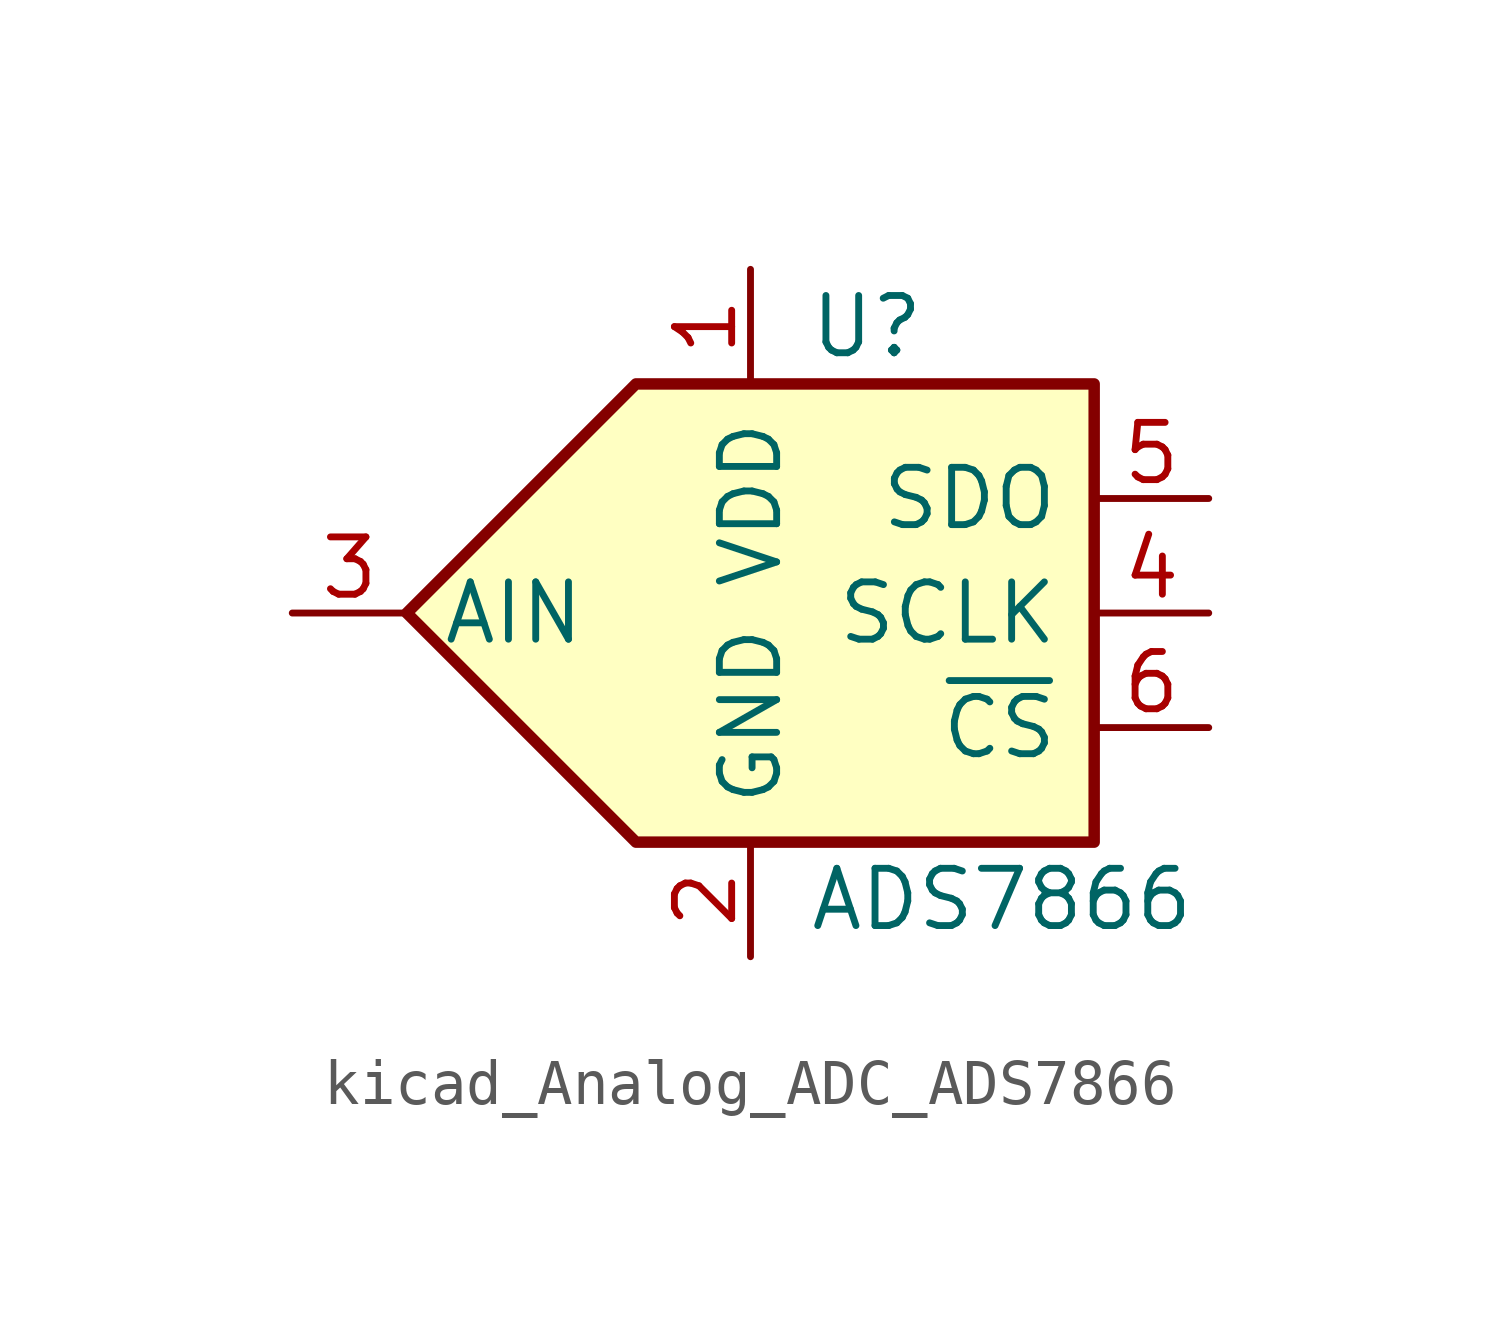
<source format=kicad_sym>
(kicad_symbol_lib
  (version 20220914)
  (generator kicad_symbol_editor)
  (symbol "kicad_Analog_ADC_ADS7866"
    (pin_names
      (offset 0.762))
    (property "Reference" "U"
      (at 1.27 6.35 0)
      (effects (font (size 1.27 1.27)) (justify left)))
    (property "Value" "ADS7866"
      (at 1.27 -6.35 0)
      (effects (font (size 1.27 1.27)) (justify left)))
    (symbol "kicad_Analog_ADC_ADS7866_0_1"
      (polyline (pts (xy -2.54 5.08) (xy 7.62 5.08) (xy 7.62 -5.08) (xy -2.54 -5.08) (xy -7.62 0) (xy -2.54 5.08)) (stroke (width 0.254) (type default)) (fill (type background))))
    (symbol "kicad_Analog_ADC_ADS7866_1_1"
      (pin power_in line (at 0 7.62 270) (length 2.54) (name "VDD" (effects (font (size 1.27 1.27)))) (number "1" (effects (font (size 1.27 1.27)))))
      (pin power_in line (at 0 -7.62 90) (length 2.54) (name "GND" (effects (font (size 1.27 1.27)))) (number "2" (effects (font (size 1.27 1.27)))))
      (pin input line (at -10.16 0 0) (length 2.54) (name "AIN" (effects (font (size 1.27 1.27)))) (number "3" (effects (font (size 1.27 1.27)))))
      (pin input line (at 10.16 0 180) (length 2.54) (name "SCLK" (effects (font (size 1.27 1.27)))) (number "4" (effects (font (size 1.27 1.27)))))
      (pin tri_state line (at 10.16 2.54 180) (length 2.54) (name "SDO" (effects (font (size 1.27 1.27)))) (number "5" (effects (font (size 1.27 1.27)))))
      (pin input line (at 10.16 -2.54 180) (length 2.54) (name "~{CS}" (effects (font (size 1.27 1.27)))) (number "6" (effects (font (size 1.27 1.27))))))))
</source>
